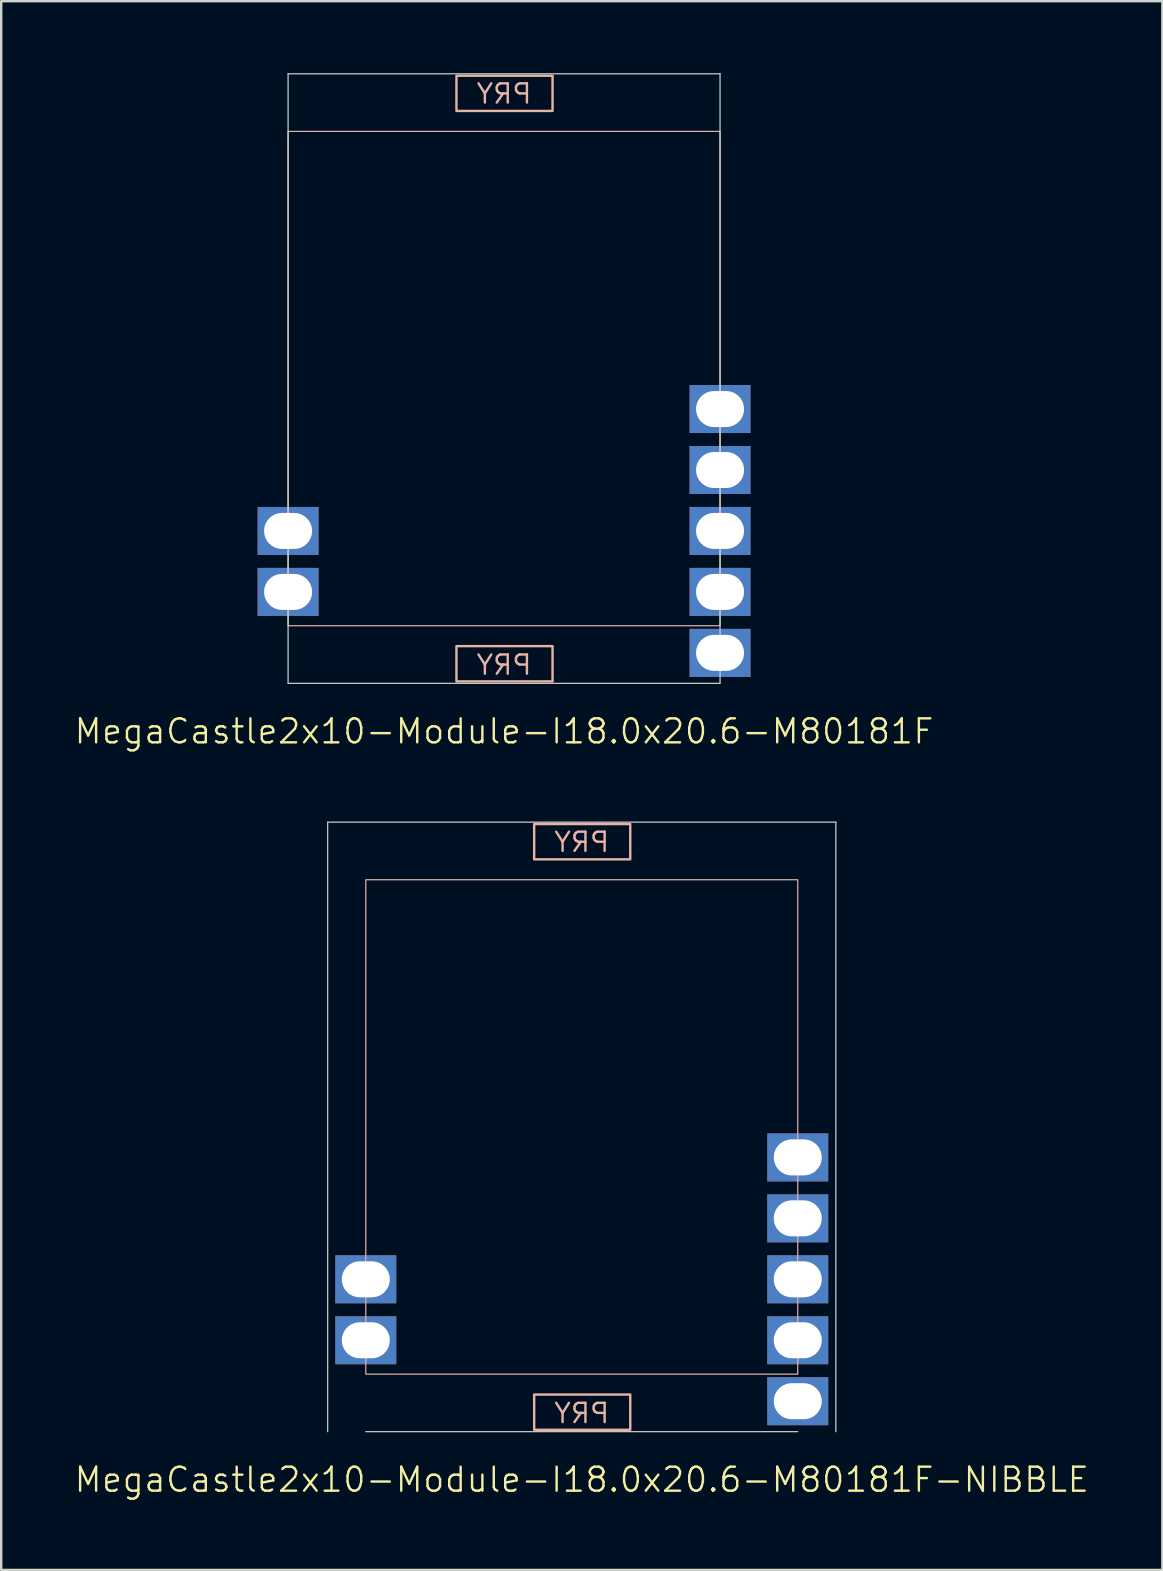
<source format=kicad_pcb>
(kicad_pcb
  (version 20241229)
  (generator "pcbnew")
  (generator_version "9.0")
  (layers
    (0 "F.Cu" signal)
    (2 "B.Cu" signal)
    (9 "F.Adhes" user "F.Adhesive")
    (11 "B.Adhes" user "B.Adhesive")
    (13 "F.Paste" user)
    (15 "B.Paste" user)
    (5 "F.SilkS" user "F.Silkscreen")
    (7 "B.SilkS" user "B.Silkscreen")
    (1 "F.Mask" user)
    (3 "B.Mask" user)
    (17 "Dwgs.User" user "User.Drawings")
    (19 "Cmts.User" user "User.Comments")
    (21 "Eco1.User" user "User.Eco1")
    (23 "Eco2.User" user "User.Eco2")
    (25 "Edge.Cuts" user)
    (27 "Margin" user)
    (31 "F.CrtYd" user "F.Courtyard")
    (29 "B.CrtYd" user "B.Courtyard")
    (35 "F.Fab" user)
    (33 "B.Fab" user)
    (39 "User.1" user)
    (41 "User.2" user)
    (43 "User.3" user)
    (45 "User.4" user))
  (footprint "MegaCastle2x10-Module-I18.0x20.6-M80181F"
    (layer "F.Cu")
    (at 17.955 12.725)
    (property "Reference" "MegaCastle2x10-Module-I18.0x20.6-M80181F" (at 0 14.7 0) (unlocked yes) (layer "F.SilkS") (effects (font (size 1 1) (thickness 0.1))))
    (attr smd)
    (fp_rect (start -9 10.3) (end 9 -10.3) (stroke (width 0.05) (type default)) (fill no) (layer "B.SilkS"))
    (fp_rect (start -1.984 -11.151) (end 2.02 -12.62) (stroke (width 0.1) (type default)) (fill no) (layer "B.SilkS"))
    (fp_rect (start -1.984 11.151) (end 2.02 12.62) (stroke (width 0.1) (type default)) (fill no) (layer "B.SilkS"))
    (fp_line (start -9 -12.7) (end -9 12.7) (stroke (width 0.05) (type default)) (layer "Edge.Cuts"))
    (fp_line (start -9 -12.7) (end 9 -12.7) (stroke (width 0.05) (type default)) (layer "Edge.Cuts"))
    (fp_line (start -9 12.7) (end 9 12.7) (stroke (width 0.05) (type default)) (layer "Edge.Cuts"))
    (fp_line (start 9 -12.7) (end 9 12.7) (stroke (width 0.05) (type default)) (layer "Edge.Cuts"))
    (fp_text user "PRY" (at 0 12.4 0) (unlocked yes) (layer "B.SilkS") (effects (font (size 0.8 0.8) (thickness 0.1)) (justify bottom mirror)))
    (fp_text user "PRY" (at 0 -11.4 0) (unlocked yes) (layer "B.SilkS") (effects (font (size 0.8 0.8) (thickness 0.1)) (justify bottom mirror)))
    (pad "8" thru_hole rect (at -9 6.35) (size 2.54 2) (drill oval 2 1.5) (property pad_prop_castellated) (layers "*.Cu" "*.Mask"))
    (pad "9" thru_hole rect (at -9 8.89) (size 2.54 2) (drill oval 2 1.5) (property pad_prop_castellated) (layers "*.Cu" "*.Mask"))
    (pad "16" thru_hole rect (at 9 1.27) (size 2.54 2) (drill oval 2 1.5) (property pad_prop_castellated) (layers "*.Cu" "*.Mask"))
    (pad "17" thru_hole rect (at 9 3.81) (size 2.54 2) (drill oval 2 1.5) (property pad_prop_castellated) (layers "*.Cu" "*.Mask"))
    (pad "18" thru_hole rect (at 9 6.35) (size 2.54 2) (drill oval 2 1.5) (property pad_prop_castellated) (layers "*.Cu" "*.Mask"))
    (pad "19" thru_hole rect (at 9 8.89) (size 2.54 2) (drill oval 2 1.5) (property pad_prop_castellated) (layers "*.Cu" "*.Mask"))
    (pad "20" thru_hole rect (at 9 11.43) (size 2.54 2) (drill oval 2 1.5) (property pad_prop_castellated) (layers "*.Cu" "*.Mask"))
    (zone (net_name "") (layer "B.Cu") (hatch edge 0.5) (connect_pads) (min_thickness 0.25) (filled_areas_thickness no) (keepout (tracks allowed) (vias allowed) (pads allowed) (copperpour allowed) (footprints not_allowed)) (placement (enabled no)) (fill) (polygon (pts (xy 8.955 25.425) (xy 8.955 0.025))))
    (zone (net_name "") (layer "B.Cu") (hatch edge 0.5) (connect_pads) (min_thickness 0.25) (filled_areas_thickness no) (keepout (tracks allowed) (vias allowed) (pads allowed) (copperpour allowed) (footprints not_allowed)) (placement (enabled no)) (fill) (polygon (pts (xy 26.955 25.425) (xy 26.955 0.025))))
    (zone (net_name "") (layer "B.Cu") (hatch edge 0.5) (connect_pads) (min_thickness 0.25) (filled_areas_thickness no) (keepout (tracks allowed) (vias allowed) (pads allowed) (copperpour allowed) (footprints not_allowed)) (placement (enabled no)) (fill) (polygon (pts (xy 8.955 0.025) (xy 8.955 2.425) (xy 26.955 2.425) (xy 26.955 0.025))))
    (zone (net_name "") (layer "B.Cu") (hatch edge 0.5) (connect_pads) (min_thickness 0.25) (filled_areas_thickness no) (keepout (tracks allowed) (vias allowed) (pads allowed) (copperpour allowed) (footprints not_allowed)) (placement (enabled no)) (fill) (polygon (pts (xy 8.955 25.425) (xy 8.955 23.025) (xy 26.955 23.025) (xy 26.955 25.425))))
    (zone (net_name "") (layer "B.Cu") (name "Upper Pry Zone") (hatch edge 0.5) (connect_pads) (min_thickness 0.25) (filled_areas_thickness no) (keepout (tracks not_allowed) (vias not_allowed) (pads not_allowed) (copperpour allowed) (footprints not_allowed)) (placement (enabled no)) (fill) (polygon (pts (xy 15.971 1.574) (xy 15.971 0.105) (xy 19.974 0.105) (xy 19.974 1.574))))
    (zone (net_name "") (layer "B.Cu") (name "Upper Pry Zone") (hatch edge 0.5) (connect_pads) (min_thickness 0.25) (filled_areas_thickness no) (keepout (tracks not_allowed) (vias not_allowed) (pads not_allowed) (copperpour allowed) (footprints not_allowed)) (placement (enabled no)) (fill) (polygon (pts (xy 15.971 23.876) (xy 15.971 25.345) (xy 19.974 25.345) (xy 19.974 23.876)))))
  (footprint "MegaCastle2x10-Module-I18.0x20.6-M80181F-NIBBLE"
    (layer "F.Cu")
    (at 21.193 43.91)
    (property "Reference" "MegaCastle2x10-Module-I18.0x20.6-M80181F-NIBBLE" (at 0 14.7 0) (unlocked yes) (layer "F.SilkS") (effects (font (size 1 1) (thickness 0.1))))
    (attr smd)
    (fp_rect (start -9 10.3) (end 9 -10.3) (stroke (width 0.05) (type default)) (fill no) (layer "B.SilkS"))
    (fp_rect (start -1.984 -11.151) (end 2.02 -12.62) (stroke (width 0.1) (type default)) (fill no) (layer "B.SilkS"))
    (fp_rect (start -1.984 11.151) (end 2.02 12.62) (stroke (width 0.1) (type default)) (fill no) (layer "B.SilkS"))
    (fp_line (start -10.588 -12.7) (end -10.588 12.7) (stroke (width 0.05) (type default)) (layer "Edge.Cuts"))
    (fp_line (start -10.588 -12.7) (end 10.588 -12.7) (stroke (width 0.05) (type default)) (layer "Edge.Cuts"))
    (fp_line (start -9 12.7) (end 9 12.7) (stroke (width 0.05) (type default)) (layer "Edge.Cuts"))
    (fp_line (start 10.588 -12.7) (end 10.588 12.7) (stroke (width 0.05) (type default)) (layer "Edge.Cuts"))
    (fp_text user "PRY" (at 0 12.4 0) (unlocked yes) (layer "B.SilkS") (effects (font (size 0.8 0.8) (thickness 0.1)) (justify bottom mirror)))
    (fp_text user "PRY" (at 0 -11.4 0) (unlocked yes) (layer "B.SilkS") (effects (font (size 0.8 0.8) (thickness 0.1)) (justify bottom mirror)))
    (pad "8" thru_hole rect (at -9 6.35) (size 2.54 2) (drill oval 2 1.5) (property pad_prop_castellated) (layers "*.Cu" "*.Mask"))
    (pad "9" thru_hole rect (at -9 8.89) (size 2.54 2) (drill oval 2 1.5) (property pad_prop_castellated) (layers "*.Cu" "*.Mask"))
    (pad "16" thru_hole rect (at 9 1.27) (size 2.54 2) (drill oval 2 1.5) (property pad_prop_castellated) (layers "*.Cu" "*.Mask"))
    (pad "17" thru_hole rect (at 9 3.81) (size 2.54 2) (drill oval 2 1.5) (property pad_prop_castellated) (layers "*.Cu" "*.Mask"))
    (pad "18" thru_hole rect (at 9 6.35) (size 2.54 2) (drill oval 2 1.5) (property pad_prop_castellated) (layers "*.Cu" "*.Mask"))
    (pad "19" thru_hole rect (at 9 8.89) (size 2.54 2) (drill oval 2 1.5) (property pad_prop_castellated) (layers "*.Cu" "*.Mask"))
    (pad "20" thru_hole rect (at 9 11.43) (size 2.54 2) (drill oval 2 1.5) (property pad_prop_castellated) (layers "*.Cu" "*.Mask"))
    (zone (net_name "") (layer "B.Cu") (hatch edge 0.5) (connect_pads) (min_thickness 0.25) (filled_areas_thickness no) (keepout (tracks allowed) (vias allowed) (pads allowed) (copperpour allowed) (footprints not_allowed)) (placement (enabled no)) (fill) (polygon (pts (xy 12.193 56.611) (xy 12.193 31.21))))
    (zone (net_name "") (layer "B.Cu") (hatch edge 0.5) (connect_pads) (min_thickness 0.25) (filled_areas_thickness no) (keepout (tracks allowed) (vias allowed) (pads allowed) (copperpour allowed) (footprints not_allowed)) (placement (enabled no)) (fill) (polygon (pts (xy 30.193 56.611) (xy 30.193 31.21))))
    (zone (net_name "") (layer "B.Cu") (hatch edge 0.5) (connect_pads) (min_thickness 0.25) (filled_areas_thickness no) (keepout (tracks allowed) (vias allowed) (pads allowed) (copperpour allowed) (footprints not_allowed)) (placement (enabled no)) (fill) (polygon (pts (xy 12.193 31.21) (xy 12.193 33.611) (xy 30.193 33.611) (xy 30.193 31.21))))
    (zone (net_name "") (layer "B.Cu") (hatch edge 0.5) (connect_pads) (min_thickness 0.25) (filled_areas_thickness no) (keepout (tracks allowed) (vias allowed) (pads allowed) (copperpour allowed) (footprints not_allowed)) (placement (enabled no)) (fill) (polygon (pts (xy 12.193 56.611) (xy 12.193 54.211) (xy 30.193 54.211) (xy 30.193 56.611))))
    (zone (net_name "") (layer "B.Cu") (name "Upper Pry Zone") (hatch edge 0.5) (connect_pads) (min_thickness 0.25) (filled_areas_thickness no) (keepout (tracks not_allowed) (vias not_allowed) (pads not_allowed) (copperpour allowed) (footprints not_allowed)) (placement (enabled no)) (fill) (polygon (pts (xy 19.209 32.759) (xy 19.209 31.291) (xy 23.212 31.291) (xy 23.212 32.759))))
    (zone (net_name "") (layer "B.Cu") (name "Upper Pry Zone") (hatch edge 0.5) (connect_pads) (min_thickness 0.25) (filled_areas_thickness no) (keepout (tracks not_allowed) (vias not_allowed) (pads not_allowed) (copperpour allowed) (footprints not_allowed)) (placement (enabled no)) (fill) (polygon (pts (xy 19.209 55.062) (xy 19.209 56.531) (xy 23.212 56.531) (xy 23.212 55.062)))))
  (gr_rect
    (start -3 -3)
    (end 45.386 62.371)
    (stroke (width 0.1) (type default))
    (fill no)
    (layer "Edge.Cuts")))
</source>
